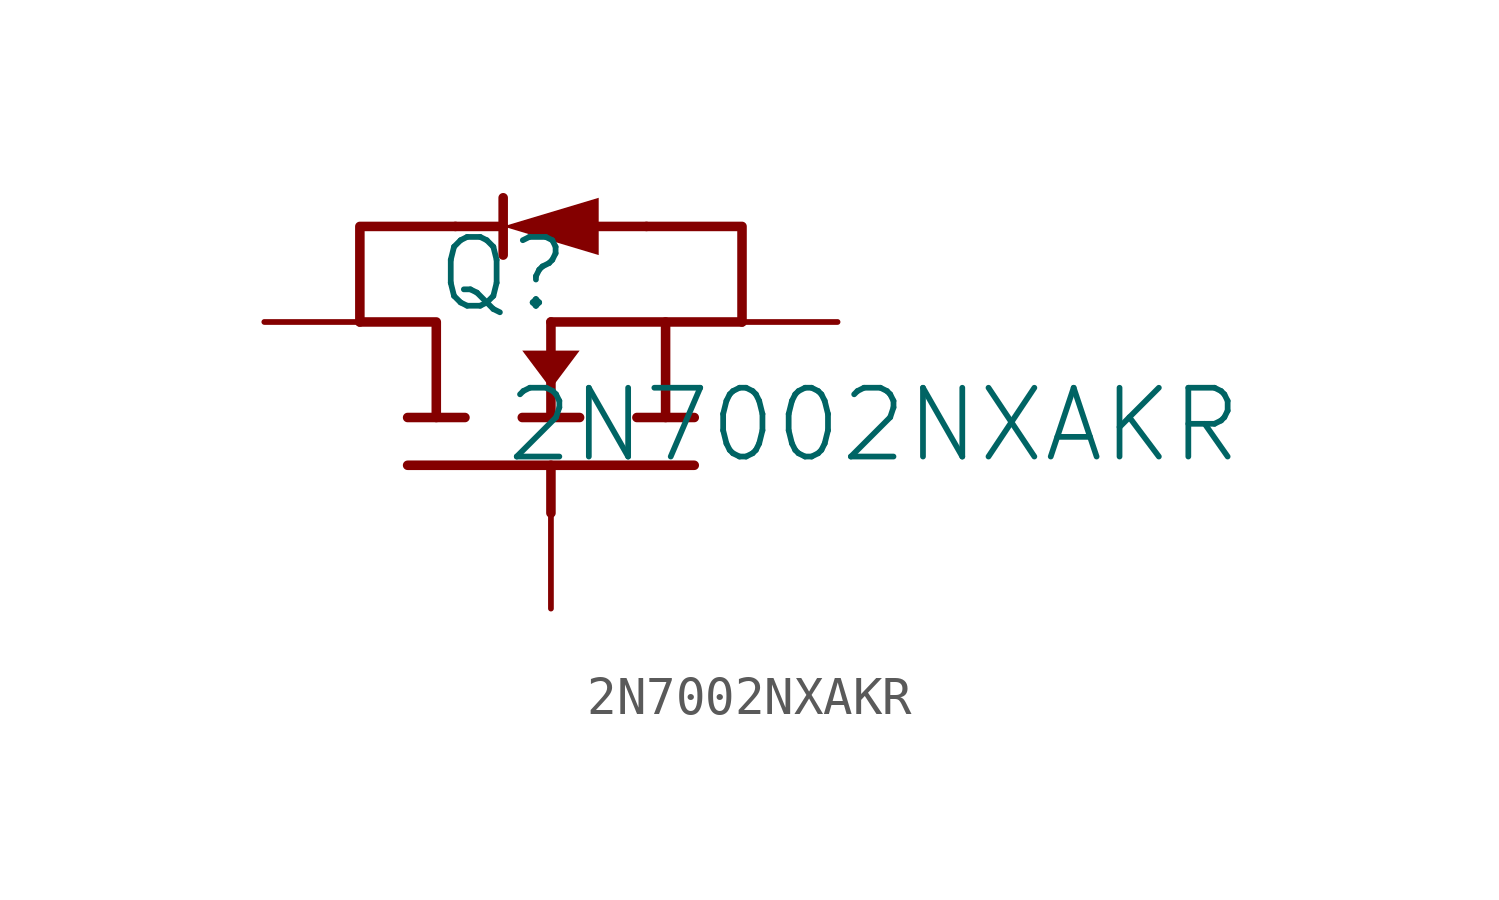
<source format=kicad_sym>
(kicad_symbol_lib
  (version 20231120)
  (generator "kicad_symbol_editor")
  (generator_version "8.0")
  (symbol "2N7002NXAKR"
    (property "Reference" "Q"
      (at -1.27 1.27 0)
      (effects (font (size 1.829 1.829))))
    (property "Value" "2N7002NXAKR"
      (at -1.27 -3.81 0)
      (effects (font (size 1.829 1.829)) (justify left bottom)))
    (symbol "2N7002NXAKR_1_0"
      (polyline (pts (xy -3.81 -3.81) (xy 3.81 -3.81)) (stroke (width 0.254) (type solid)) (fill (type none)))
      (polyline (pts (xy -3.81 -2.54) (xy -2.286 -2.54)) (stroke (width 0.254) (type solid)) (fill (type none)))
      (polyline (pts (xy -2.54 2.54) (xy -1.27 2.54)) (stroke (width 0.254) (type solid)) (fill (type none)))
      (polyline (pts (xy -1.27 3.302) (xy -1.27 1.778)) (stroke (width 0.254) (type solid)) (fill (type none)))
      (polyline (pts (xy -0.762 -2.54) (xy 0.762 -2.54)) (stroke (width 0.254) (type solid)) (fill (type none)))
      (polyline (pts (xy 0 -3.81) (xy 0 -5.08)) (stroke (width 0.254) (type solid)) (fill (type none)))
      (polyline (pts (xy 0 0) (xy 0 -2.54)) (stroke (width 0.254) (type solid)) (fill (type none)))
      (polyline (pts (xy 0 0) (xy 3.048 0)) (stroke (width 0.254) (type solid)) (fill (type none)))
      (polyline (pts (xy 1.27 2.54) (xy 2.54 2.54)) (stroke (width 0.254) (type solid)) (fill (type none)))
      (polyline (pts (xy 2.286 -2.54) (xy 3.81 -2.54)) (stroke (width 0.254) (type solid)) (fill (type none)))
      (polyline (pts (xy -5.08 0) (xy -5.08 2.54) (xy -2.54 2.54)) (stroke (width 0.254) (type solid)) (fill (type none)))
      (polyline (pts (xy -5.08 0) (xy -3.048 0) (xy -3.048 -2.54)) (stroke (width 0.254) (type solid)) (fill (type none)))
      (polyline (pts (xy 2.54 2.54) (xy 5.08 2.54) (xy 5.08 0)) (stroke (width 0.254) (type solid)) (fill (type none)))
      (polyline (pts (xy 5.08 0) (xy 3.048 0) (xy 3.048 -2.54)) (stroke (width 0.254) (type solid)) (fill (type none)))
      (polyline (pts (xy 0 -1.778) (xy 0.762 -0.762) (xy -0.762 -0.762) (xy 0 -1.778) (xy 0 -1.778)) (stroke (width -0.0001) (type solid)) (fill (type outline)))
      (polyline (pts (xy 1.27 2.54) (xy 1.27 1.778) (xy -1.27 2.54) (xy 1.27 3.302) (xy 1.27 2.54) (xy 1.27 2.54)) (stroke (width -0.0001) (type solid)) (fill (type outline)))
      (pin passive line (at -7.62 0 0) (length 2.54) (name "D" (effects (font (size 0 0)))) (number "D" (effects (font (size 0 0)))))
      (pin passive line (at 0 -7.62 90) (length 2.54) (name "G" (effects (font (size 0 0)))) (number "G" (effects (font (size 0 0)))))
      (pin passive line (at 7.62 0 180) (length 2.54) (name "S" (effects (font (size 0 0)))) (number "S" (effects (font (size 0 0))))))))
</source>
